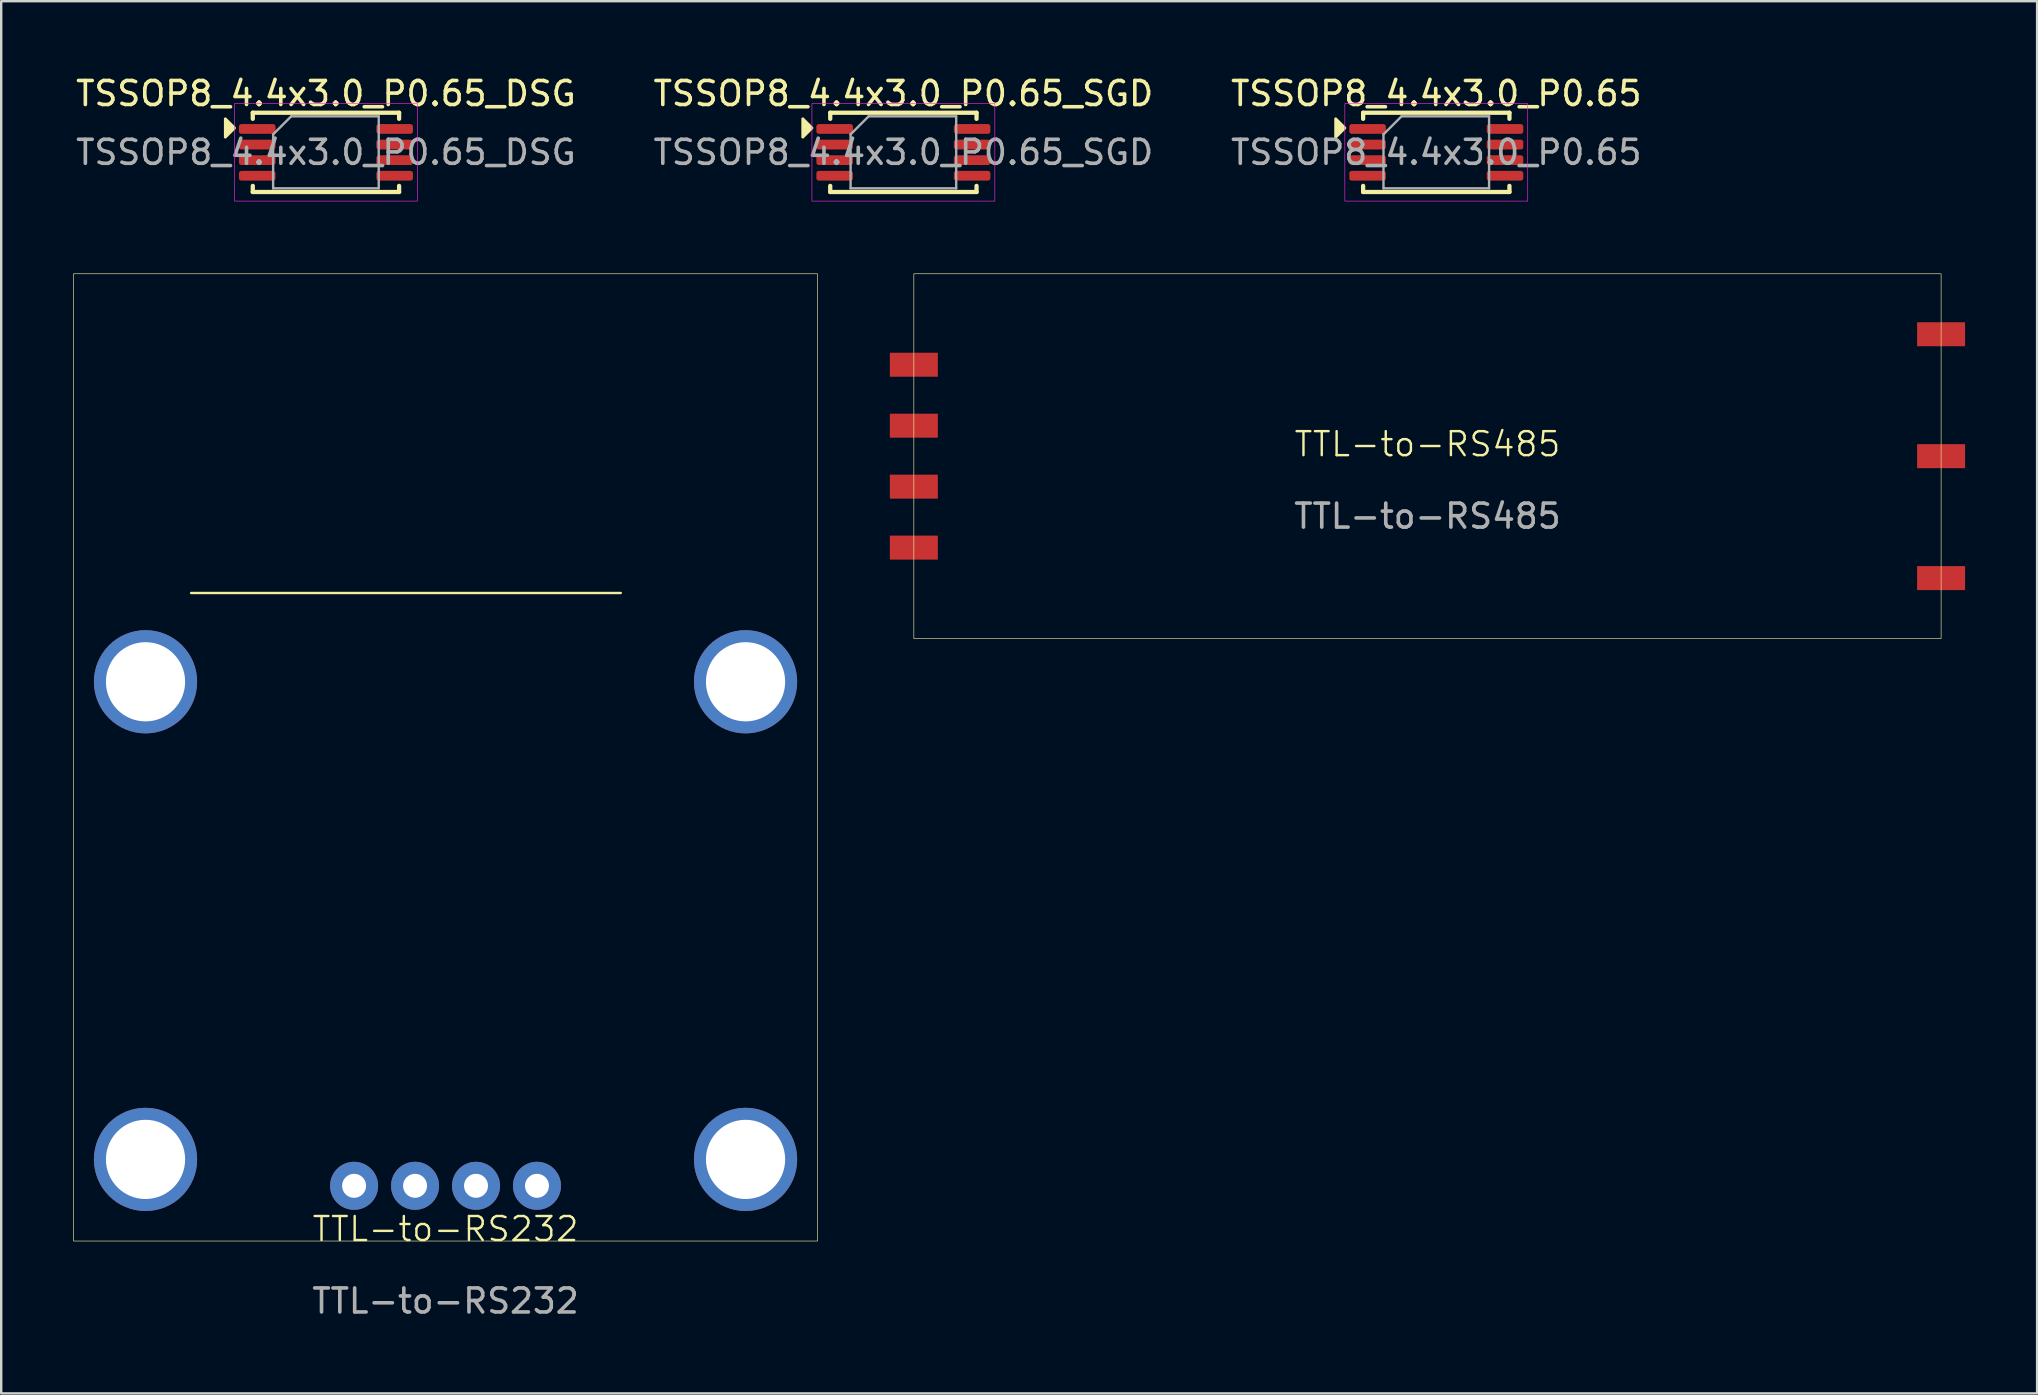
<source format=kicad_pcb>
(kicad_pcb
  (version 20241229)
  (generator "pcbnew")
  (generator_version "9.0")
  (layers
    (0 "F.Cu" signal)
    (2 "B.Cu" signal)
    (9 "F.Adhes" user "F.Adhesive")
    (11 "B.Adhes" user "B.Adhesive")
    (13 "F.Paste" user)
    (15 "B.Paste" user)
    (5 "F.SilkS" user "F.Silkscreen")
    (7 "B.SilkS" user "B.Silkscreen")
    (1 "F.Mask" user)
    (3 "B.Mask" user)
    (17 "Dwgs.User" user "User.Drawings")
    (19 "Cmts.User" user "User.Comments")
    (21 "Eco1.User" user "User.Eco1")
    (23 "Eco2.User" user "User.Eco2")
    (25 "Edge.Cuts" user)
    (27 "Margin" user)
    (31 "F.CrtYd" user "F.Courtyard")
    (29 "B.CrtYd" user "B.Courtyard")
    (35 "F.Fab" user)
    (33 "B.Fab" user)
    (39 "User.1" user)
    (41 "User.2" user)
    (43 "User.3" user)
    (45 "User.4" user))
  (footprint "TSSOP8_4.4x3.0_P0.65_SGD"
    (layer "F.Cu")
    (at 34.589 3.298)
    (property "Reference" "TSSOP8_4.4x3.0_P0.65_SGD" (at 0 -2.45 0) (layer "F.SilkS") (effects (font (size 1 1) (thickness 0.15))))
    (attr smd)
    (fp_line (start -3.048 -1.651) (end 3.048 -1.651) (stroke (width 0.178) (type solid)) (layer "F.SilkS"))
    (fp_line (start -3.048 -1.397) (end -3.048 -1.651) (stroke (width 0.178) (type solid)) (layer "F.SilkS"))
    (fp_line (start -3.048 1.651) (end -3.048 1.397) (stroke (width 0.178) (type solid)) (layer "F.SilkS"))
    (fp_line (start 3.048 -1.397) (end 3.048 -1.651) (stroke (width 0.178) (type solid)) (layer "F.SilkS"))
    (fp_line (start 3.048 1.397) (end 3.048 1.651) (stroke (width 0.178) (type solid)) (layer "F.SilkS"))
    (fp_line (start 3.048 1.651) (end -3.048 1.651) (stroke (width 0.178) (type solid)) (layer "F.SilkS"))
    (fp_poly (pts (xy -3.81 -1.016) (xy -4.191 -0.635) (xy -4.191 -1.397)) (stroke (width 0.12) (type solid)) (fill yes) (layer "F.SilkS"))
    (fp_rect (start -3.81 -2.032) (end 3.81 2.032) (stroke (width 0.025) (type solid)) (fill no) (layer "F.CrtYd"))
    (fp_line (start -2.2 -0.75) (end -1.45 -1.5) (stroke (width 0.1) (type solid)) (layer "F.Fab"))
    (fp_line (start -2.2 1.5) (end -2.2 -0.75) (stroke (width 0.1) (type solid)) (layer "F.Fab"))
    (fp_line (start -1.45 -1.5) (end 2.2 -1.5) (stroke (width 0.1) (type solid)) (layer "F.Fab"))
    (fp_line (start 2.2 -1.5) (end 2.2 1.5) (stroke (width 0.1) (type solid)) (layer "F.Fab"))
    (fp_line (start 2.2 1.5) (end -2.2 1.5) (stroke (width 0.1) (type solid)) (layer "F.Fab"))
    (fp_text user "${REFERENCE}" (at 0 0 0) (layer "F.Fab") (effects (font (size 1 1) (thickness 0.15))))
    (pad "D1" smd roundrect (at -2.863 -0.975) (size 1.524 0.406) (layers "F.Cu" "F.Mask" "F.Paste") (roundrect_rratio 0.25))
    (pad "D2" smd roundrect (at 2.863 -0.975) (size 1.524 0.406) (layers "F.Cu" "F.Mask" "F.Paste") (roundrect_rratio 0.25))
    (pad "G1" smd roundrect (at -2.863 0.975) (size 1.524 0.406) (layers "F.Cu" "F.Mask" "F.Paste") (roundrect_rratio 0.25))
    (pad "G2" smd roundrect (at 2.863 0.975) (size 1.524 0.406) (layers "F.Cu" "F.Mask" "F.Paste") (roundrect_rratio 0.25))
    (pad "S1" smd roundrect (at -2.863 -0.325) (size 1.524 0.406) (layers "F.Cu" "F.Mask" "F.Paste") (roundrect_rratio 0.25))
    (pad "S1" smd roundrect (at -2.863 0.325) (size 1.524 0.406) (layers "F.Cu" "F.Mask" "F.Paste") (roundrect_rratio 0.25))
    (pad "S2" smd roundrect (at 2.863 -0.325) (size 1.524 0.406) (layers "F.Cu" "F.Mask" "F.Paste") (roundrect_rratio 0.25))
    (pad "S2" smd roundrect (at 2.863 0.325) (size 1.524 0.406) (layers "F.Cu" "F.Mask" "F.Paste") (roundrect_rratio 0.25)))
  (footprint "TSSOP8_4.4x3.0_P0.65_DSG"
    (layer "F.Cu")
    (at 10.53 3.298)
    (property "Reference" "TSSOP8_4.4x3.0_P0.65_DSG" (at 0 -2.45 0) (layer "F.SilkS") (effects (font (size 1 1) (thickness 0.15))))
    (attr smd)
    (fp_line (start -3.048 -1.651) (end 3.048 -1.651) (stroke (width 0.178) (type solid)) (layer "F.SilkS"))
    (fp_line (start -3.048 -1.397) (end -3.048 -1.651) (stroke (width 0.178) (type solid)) (layer "F.SilkS"))
    (fp_line (start -3.048 1.651) (end -3.048 1.397) (stroke (width 0.178) (type solid)) (layer "F.SilkS"))
    (fp_line (start 3.048 -1.397) (end 3.048 -1.651) (stroke (width 0.178) (type solid)) (layer "F.SilkS"))
    (fp_line (start 3.048 1.397) (end 3.048 1.651) (stroke (width 0.178) (type solid)) (layer "F.SilkS"))
    (fp_line (start 3.048 1.651) (end -3.048 1.651) (stroke (width 0.178) (type solid)) (layer "F.SilkS"))
    (fp_poly (pts (xy -3.81 -1.016) (xy -4.191 -0.635) (xy -4.191 -1.397)) (stroke (width 0.12) (type solid)) (fill yes) (layer "F.SilkS"))
    (fp_rect (start -3.81 -2.032) (end 3.81 2.032) (stroke (width 0.025) (type solid)) (fill no) (layer "F.CrtYd"))
    (fp_line (start -2.2 -0.75) (end -1.45 -1.5) (stroke (width 0.1) (type solid)) (layer "F.Fab"))
    (fp_line (start -2.2 1.5) (end -2.2 -0.75) (stroke (width 0.1) (type solid)) (layer "F.Fab"))
    (fp_line (start -1.45 -1.5) (end 2.2 -1.5) (stroke (width 0.1) (type solid)) (layer "F.Fab"))
    (fp_line (start 2.2 -1.5) (end 2.2 1.5) (stroke (width 0.1) (type solid)) (layer "F.Fab"))
    (fp_line (start 2.2 1.5) (end -2.2 1.5) (stroke (width 0.1) (type solid)) (layer "F.Fab"))
    (fp_text user "${REFERENCE}" (at 0 0 0) (layer "F.Fab") (effects (font (size 1 1) (thickness 0.15))))
    (pad "D1" smd roundrect (at -2.863 -0.975) (size 1.524 0.406) (layers "F.Cu" "F.Mask" "F.Paste") (roundrect_rratio 0.25))
    (pad "D2" smd roundrect (at 2.863 -0.975) (size 1.524 0.406) (layers "F.Cu" "F.Mask" "F.Paste") (roundrect_rratio 0.25))
    (pad "G1" smd roundrect (at -2.863 0.975) (size 1.524 0.406) (layers "F.Cu" "F.Mask" "F.Paste") (roundrect_rratio 0.25))
    (pad "G2" smd roundrect (at 2.863 0.975) (size 1.524 0.406) (layers "F.Cu" "F.Mask" "F.Paste") (roundrect_rratio 0.25))
    (pad "S1" smd roundrect (at -2.863 -0.325) (size 1.524 0.406) (layers "F.Cu" "F.Mask" "F.Paste") (roundrect_rratio 0.25))
    (pad "S1" smd roundrect (at -2.863 0.325) (size 1.524 0.406) (layers "F.Cu" "F.Mask" "F.Paste") (roundrect_rratio 0.25))
    (pad "S2" smd roundrect (at 2.863 -0.325) (size 1.524 0.406) (layers "F.Cu" "F.Mask" "F.Paste") (roundrect_rratio 0.25))
    (pad "S2" smd roundrect (at 2.863 0.325) (size 1.524 0.406) (layers "F.Cu" "F.Mask" "F.Paste") (roundrect_rratio 0.25)))
  (footprint "TSSOP8_4.4x3.0_P0.65"
    (layer "F.Cu")
    (at 56.792 3.298)
    (property "Reference" "TSSOP8_4.4x3.0_P0.65" (at 0 -2.45 0) (layer "F.SilkS") (effects (font (size 1 1) (thickness 0.15))))
    (attr smd)
    (fp_line (start -3.048 -1.651) (end 3.048 -1.651) (stroke (width 0.178) (type solid)) (layer "F.SilkS"))
    (fp_line (start -3.048 -1.397) (end -3.048 -1.651) (stroke (width 0.178) (type solid)) (layer "F.SilkS"))
    (fp_line (start -3.048 1.651) (end -3.048 1.397) (stroke (width 0.178) (type solid)) (layer "F.SilkS"))
    (fp_line (start 3.048 -1.397) (end 3.048 -1.651) (stroke (width 0.178) (type solid)) (layer "F.SilkS"))
    (fp_line (start 3.048 1.397) (end 3.048 1.651) (stroke (width 0.178) (type solid)) (layer "F.SilkS"))
    (fp_line (start 3.048 1.651) (end -3.048 1.651) (stroke (width 0.178) (type solid)) (layer "F.SilkS"))
    (fp_poly (pts (xy -3.81 -1.016) (xy -4.191 -0.635) (xy -4.191 -1.397)) (stroke (width 0.12) (type solid)) (fill yes) (layer "F.SilkS"))
    (fp_rect (start -3.81 -2.032) (end 3.81 2.032) (stroke (width 0.025) (type solid)) (fill no) (layer "F.CrtYd"))
    (fp_line (start -2.2 -0.75) (end -1.45 -1.5) (stroke (width 0.1) (type solid)) (layer "F.Fab"))
    (fp_line (start -2.2 1.5) (end -2.2 -0.75) (stroke (width 0.1) (type solid)) (layer "F.Fab"))
    (fp_line (start -1.45 -1.5) (end 2.2 -1.5) (stroke (width 0.1) (type solid)) (layer "F.Fab"))
    (fp_line (start 2.2 -1.5) (end 2.2 1.5) (stroke (width 0.1) (type solid)) (layer "F.Fab"))
    (fp_line (start 2.2 1.5) (end -2.2 1.5) (stroke (width 0.1) (type solid)) (layer "F.Fab"))
    (fp_text user "${REFERENCE}" (at 0 0 0) (layer "F.Fab") (effects (font (size 1 1) (thickness 0.15))))
    (pad "1" smd roundrect (at -2.863 -0.975) (size 1.524 0.406) (layers "F.Cu" "F.Mask" "F.Paste") (roundrect_rratio 0.25))
    (pad "2" smd roundrect (at -2.863 -0.325) (size 1.524 0.406) (layers "F.Cu" "F.Mask" "F.Paste") (roundrect_rratio 0.25))
    (pad "3" smd roundrect (at -2.863 0.325) (size 1.524 0.406) (layers "F.Cu" "F.Mask" "F.Paste") (roundrect_rratio 0.25))
    (pad "4" smd roundrect (at -2.863 0.975) (size 1.524 0.406) (layers "F.Cu" "F.Mask" "F.Paste") (roundrect_rratio 0.25))
    (pad "5" smd roundrect (at 2.863 0.975) (size 1.524 0.406) (layers "F.Cu" "F.Mask" "F.Paste") (roundrect_rratio 0.25))
    (pad "6" smd roundrect (at 2.863 0.325) (size 1.524 0.406) (layers "F.Cu" "F.Mask" "F.Paste") (roundrect_rratio 0.25))
    (pad "7" smd roundrect (at 2.863 -0.325) (size 1.524 0.406) (layers "F.Cu" "F.Mask" "F.Paste") (roundrect_rratio 0.25))
    (pad "8" smd roundrect (at 2.863 -0.975) (size 1.524 0.406) (layers "F.Cu" "F.Mask" "F.Paste") (roundrect_rratio 0.25)))
  (footprint "TTL-to-RS485"
    (layer "F.Cu")
    (at 56.425 15.956)
    (property "Reference" "TTL-to-RS485" (at 0 -0.5 0) (unlocked yes) (layer "F.SilkS") (effects (font (size 1 1) (thickness 0.1))))
    (attr smd)
    (fp_rect (start -21.4 -7.6) (end 21.4 7.6) (stroke (width 0.025) (type solid)) (fill no) (layer "F.SilkS"))
    (fp_text user "${REFERENCE}" (at 0 2.5 0) (unlocked yes) (layer "F.Fab") (effects (font (size 1 1) (thickness 0.15))))
    (pad "1" smd rect (at -21.4 -3.81) (size 2 1) (layers "F.Cu" "F.Mask" "F.Paste"))
    (pad "2" smd rect (at -21.4 -1.27) (size 2 1) (layers "F.Cu" "F.Mask" "F.Paste"))
    (pad "3" smd rect (at -21.4 1.27) (size 2 1) (layers "F.Cu" "F.Mask" "F.Paste"))
    (pad "4" smd rect (at -21.4 3.81) (size 2 1) (layers "F.Cu" "F.Mask" "F.Paste"))
    (pad "5" smd rect (at 21.4 5.08) (size 2 1) (layers "F.Cu" "F.Mask" "F.Paste"))
    (pad "6" smd rect (at 21.4 0) (size 2 1) (layers "F.Cu" "F.Mask" "F.Paste"))
    (pad "7" smd rect (at 21.4 -5.08) (size 2 1) (layers "F.Cu" "F.Mask" "F.Paste")))
  (footprint "TTL-to-RS232"
    (layer "F.Cu")
    (at 15.513 48.656)
    (property "Reference" "TTL-to-RS232" (at 0 -0.5 0) (unlocked yes) (layer "F.SilkS") (effects (font (size 1 1) (thickness 0.1))))
    (attr through_hole)
    (fp_line (start -10.6 -27) (end 7.3 -27) (stroke (width 0.1) (type solid)) (layer "F.SilkS"))
    (fp_rect (start -15.5 -40.3) (end 15.5 0) (stroke (width 0.025) (type solid)) (fill no) (layer "F.SilkS"))
    (fp_text user "${REFERENCE}" (at 0 2.5 0) (unlocked yes) (layer "F.Fab") (effects (font (size 1 1) (thickness 0.15))))
    (pad "1" thru_hole circle (at -3.81 -2.3) (size 2 2) (drill 1) (layers "*.Cu" "*.Mask"))
    (pad "2" thru_hole circle (at -1.27 -2.3) (size 2 2) (drill 1) (layers "*.Cu" "*.Mask"))
    (pad "3" thru_hole circle (at 1.27 -2.3) (size 2 2) (drill 1) (layers "*.Cu" "*.Mask"))
    (pad "4" thru_hole circle (at 3.81 -2.3) (size 2 2) (drill 1) (layers "*.Cu" "*.Mask"))
    (pad "5" thru_hole circle (at -12.5 -23.3) (size 4.3 4.3) (drill 3.3) (layers "*.Cu" "*.Mask"))
    (pad "5" thru_hole circle (at -12.5 -3.4) (size 4.3 4.3) (drill 3.3) (layers "*.Cu" "*.Mask"))
    (pad "5" thru_hole circle (at 12.5 -23.3) (size 4.3 4.3) (drill 3.3) (layers "*.Cu" "*.Mask"))
    (pad "5" thru_hole circle (at 12.5 -3.4) (size 4.3 4.3) (drill 3.3) (layers "*.Cu" "*.Mask")))
  (gr_rect
    (start -3 -3)
    (end 81.825 55.004)
    (stroke (width 0.1) (type default))
    (fill no)
    (layer "Edge.Cuts")))
</source>
